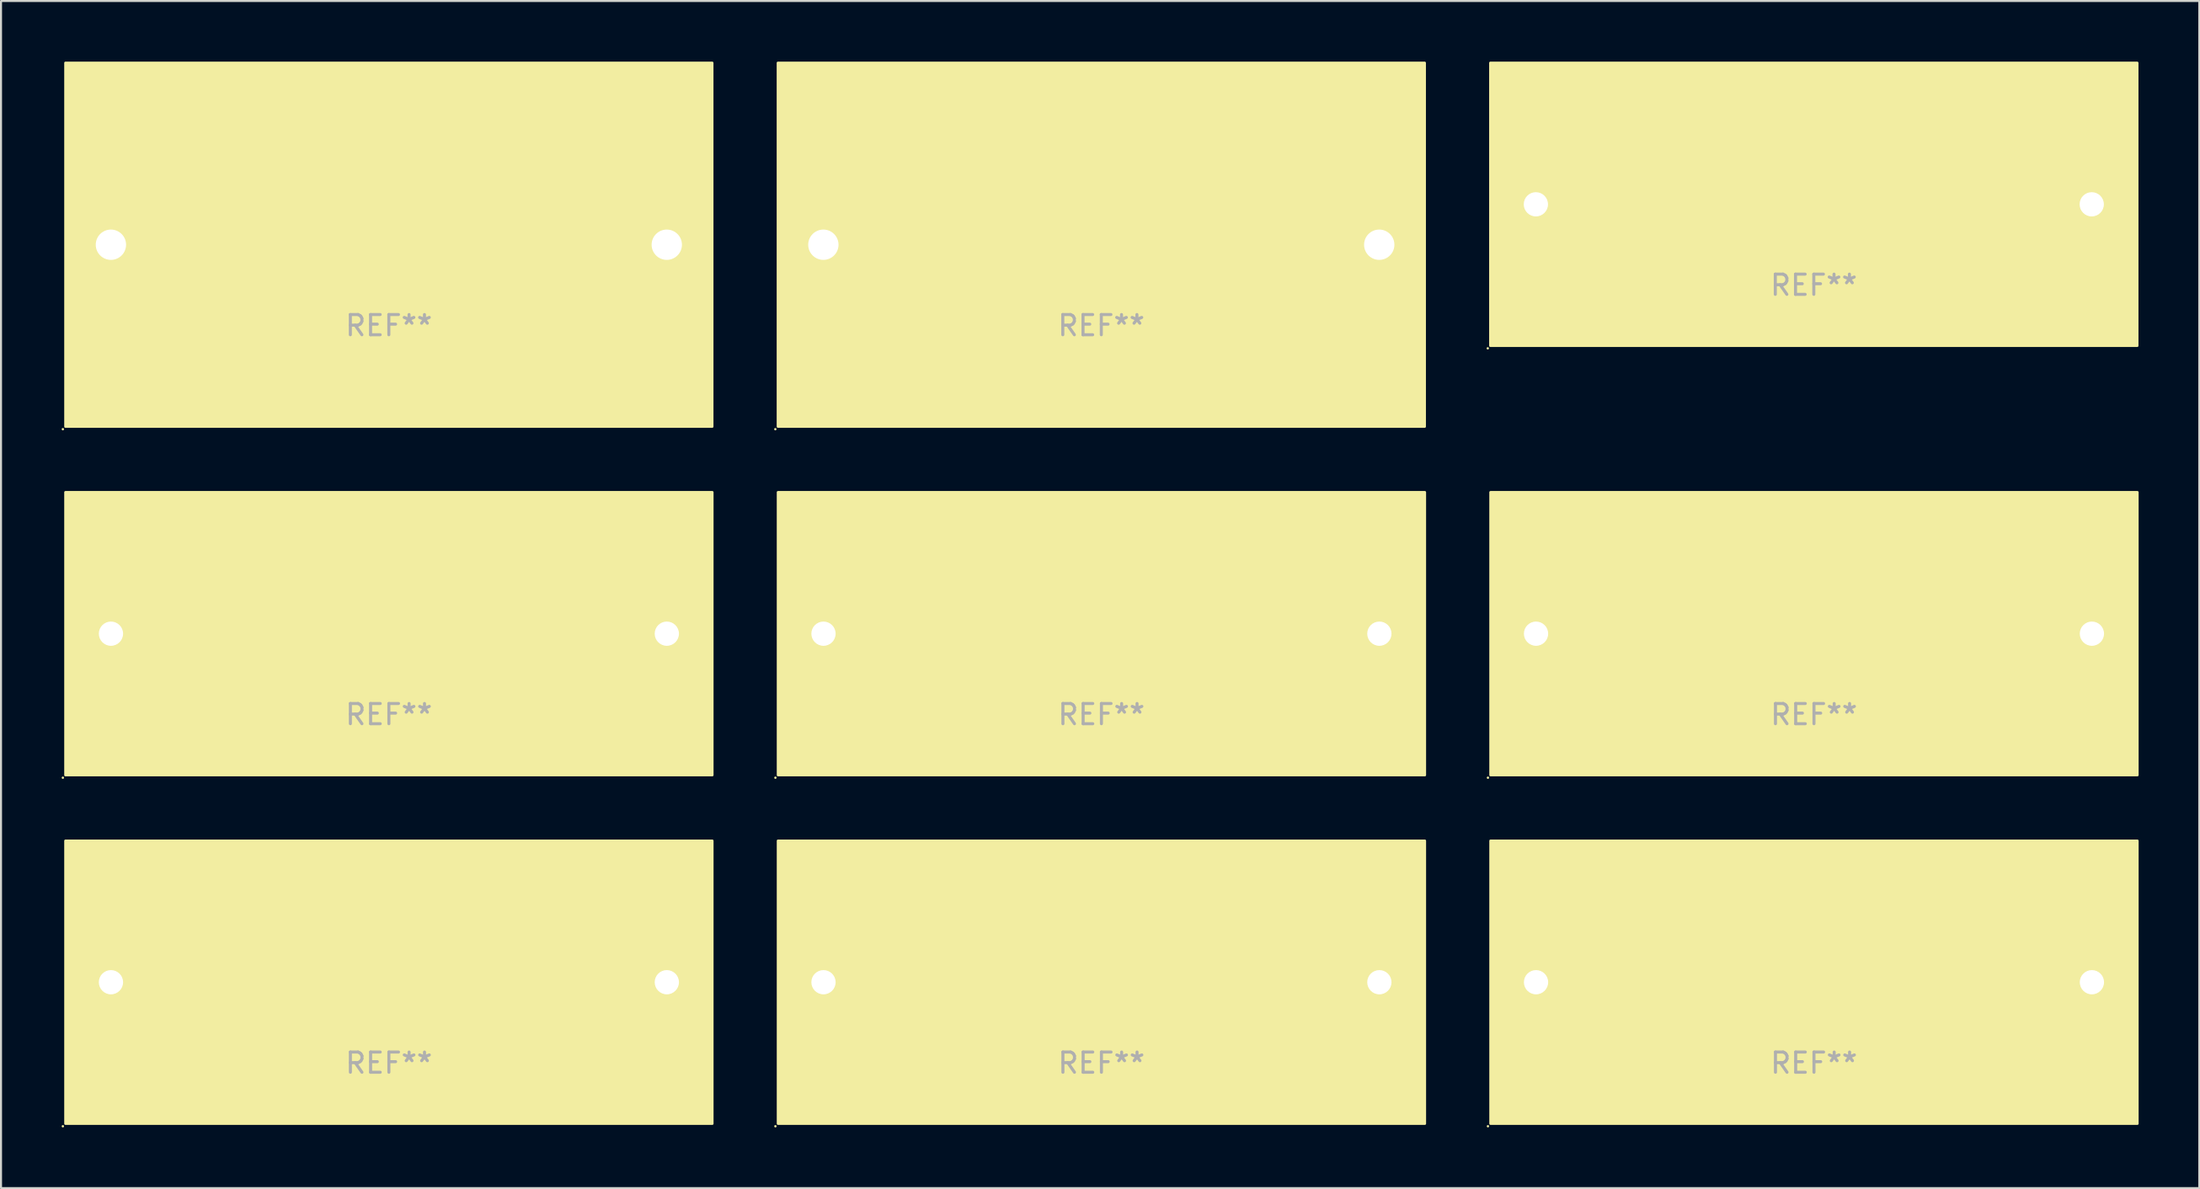
<source format=kicad_pcb>
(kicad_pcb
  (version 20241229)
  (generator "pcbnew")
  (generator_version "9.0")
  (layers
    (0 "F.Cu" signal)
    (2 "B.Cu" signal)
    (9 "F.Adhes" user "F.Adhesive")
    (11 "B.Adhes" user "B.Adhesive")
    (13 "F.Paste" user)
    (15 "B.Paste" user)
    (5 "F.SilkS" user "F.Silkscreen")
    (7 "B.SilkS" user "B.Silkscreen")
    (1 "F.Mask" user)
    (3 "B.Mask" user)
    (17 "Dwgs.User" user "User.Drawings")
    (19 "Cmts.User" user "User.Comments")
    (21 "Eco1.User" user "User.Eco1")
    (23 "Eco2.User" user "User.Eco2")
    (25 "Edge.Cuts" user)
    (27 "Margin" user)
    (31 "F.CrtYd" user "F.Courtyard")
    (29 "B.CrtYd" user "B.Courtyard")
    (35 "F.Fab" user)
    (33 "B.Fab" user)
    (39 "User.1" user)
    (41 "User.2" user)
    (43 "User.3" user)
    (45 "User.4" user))
  (footprint "SMQP205K275XXF2B2815"
    (layer "F.Cu")
    (at 51.44 28.307)
    (property "Reference" "SMQP205K275XXF2B2815" (at 0 -2 0) (layer "F.SilkS") (effects (font (size 1 1) (thickness 0.15))))
    (attr through_hole)
    (fp_circle (center -16.129 7.127) (end -16.099 7.127) (stroke (width 0.06) (type solid)) (fill no) (layer "F.SilkS"))
    (fp_poly (pts (xy -16.002 -7) (xy 16.002 -7) (xy 16.002 7) (xy -16.002 7)) (stroke (width 0.12) (type solid)) (fill yes) (layer "F.SilkS"))
    (fp_text user "REF**" (at 0 4 0) (layer "F.Fab") (effects (font (size 1 1) (thickness 0.15))))
    (pad "1" thru_hole circle (at -13.75 0) (size 2 2) (drill 1.2) (layers "*.Cu" "*.Mask"))
    (pad "2" thru_hole circle (at 13.75 0) (size 2 2) (drill 1.2) (layers "*.Cu" "*.Mask")))
  (footprint "SMQP225K275F13XXB2815"
    (layer "F.Cu")
    (at 86.691 28.307)
    (property "Reference" "SMQP225K275F13XXB2815" (at 0 -2 0) (layer "F.SilkS") (effects (font (size 1 1) (thickness 0.15))))
    (attr through_hole)
    (fp_circle (center -16.129 7.127) (end -16.099 7.127) (stroke (width 0.06) (type solid)) (fill no) (layer "F.SilkS"))
    (fp_poly (pts (xy -16.002 -7) (xy 16.002 -7) (xy 16.002 7) (xy -16.002 7)) (stroke (width 0.12) (type solid)) (fill yes) (layer "F.SilkS"))
    (fp_text user "REF**" (at 0 4 0) (layer "F.Fab") (effects (font (size 1 1) (thickness 0.15))))
    (pad "1" thru_hole circle (at -13.75 0) (size 2 2) (drill 1.2) (layers "*.Cu" "*.Mask"))
    (pad "2" thru_hole circle (at 13.75 0) (size 2 2) (drill 1.2) (layers "*.Cu" "*.Mask")))
  (footprint "SMQP225K310XXF2B2815"
    (layer "F.Cu")
    (at 51.44 45.554)
    (property "Reference" "SMQP225K310XXF2B2815" (at 0 -2 0) (layer "F.SilkS") (effects (font (size 1 1) (thickness 0.15))))
    (attr through_hole)
    (fp_circle (center -16.129 7.127) (end -16.099 7.127) (stroke (width 0.06) (type solid)) (fill no) (layer "F.SilkS"))
    (fp_poly (pts (xy -16.002 -7) (xy 16.002 -7) (xy 16.002 7) (xy -16.002 7)) (stroke (width 0.12) (type solid)) (fill yes) (layer "F.SilkS"))
    (fp_text user "REF**" (at 0 4 0) (layer "F.Fab") (effects (font (size 1 1) (thickness 0.15))))
    (pad "1" thru_hole circle (at -13.75 0) (size 2 2) (drill 1.2) (layers "*.Cu" "*.Mask"))
    (pad "2" thru_hole circle (at 13.75 0) (size 2 2) (drill 1.2) (layers "*.Cu" "*.Mask")))
  (footprint "SMQP185K275F13XXB2815"
    (layer "F.Cu")
    (at 86.683 7.06)
    (property "Reference" "SMQP185K275F13XXB2815" (at 0 -2 0) (layer "F.SilkS") (effects (font (size 1 1) (thickness 0.15))))
    (attr through_hole)
    (fp_circle (center -16.129 7.127) (end -16.099 7.127) (stroke (width 0.06) (type solid)) (fill no) (layer "F.SilkS"))
    (fp_poly (pts (xy -16.002 -7) (xy 16.002 -7) (xy 16.002 7) (xy -16.002 7)) (stroke (width 0.12) (type solid)) (fill yes) (layer "F.SilkS"))
    (fp_text user "REF**" (at 0 4 0) (layer "F.Fab") (effects (font (size 1 1) (thickness 0.15))))
    (pad "1" thru_hole circle (at -13.75 0) (size 2 2) (drill 1.2) (layers "*.Cu" "*.Mask"))
    (pad "2" thru_hole circle (at 13.75 0) (size 2 2) (drill 1.2) (layers "*.Cu" "*.Mask")))
  (footprint "MPP475K0250D322818B2815"
    (layer "F.Cu")
    (at 16.187 9.06)
    (property "Reference" "MPP475K0250D322818B2815" (at 0 -2 0) (layer "F.SilkS") (effects (font (size 1 1) (thickness 0.15))))
    (attr through_hole)
    (fp_circle (center -16.127 9.127) (end -16.097 9.127) (stroke (width 0.06) (type solid)) (fill no) (layer "F.SilkS"))
    (fp_poly (pts (xy -16 -9) (xy 16 -9) (xy 16 9) (xy -16 9)) (stroke (width 0.12) (type solid)) (fill yes) (layer "F.SilkS"))
    (fp_text user "REF**" (at 0 4 0) (layer "F.Fab") (effects (font (size 1 1) (thickness 0.15))))
    (pad "1" thru_hole circle (at -13.75 0) (size 2.5 2.5) (drill 1.5) (layers "*.Cu" "*.Mask"))
    (pad "2" thru_hole circle (at 13.75 0) (size 2.5 2.5) (drill 1.5) (layers "*.Cu" "*.Mask")))
  (footprint "MPP475K0400D322818B2815"
    (layer "F.Cu")
    (at 51.434 9.06)
    (property "Reference" "MPP475K0400D322818B2815" (at 0 -2 0) (layer "F.SilkS") (effects (font (size 1 1) (thickness 0.15))))
    (attr through_hole)
    (fp_circle (center -16.127 9.127) (end -16.097 9.127) (stroke (width 0.06) (type solid)) (fill no) (layer "F.SilkS"))
    (fp_poly (pts (xy -16 -9) (xy 16 -9) (xy 16 9) (xy -16 9)) (stroke (width 0.12) (type solid)) (fill yes) (layer "F.SilkS"))
    (fp_text user "REF**" (at 0 4 0) (layer "F.Fab") (effects (font (size 1 1) (thickness 0.15))))
    (pad "1" thru_hole circle (at -13.75 0) (size 2.5 2.5) (drill 1.5) (layers "*.Cu" "*.Mask"))
    (pad "2" thru_hole circle (at 13.75 0) (size 2.5 2.5) (drill 1.5) (layers "*.Cu" "*.Mask")))
  (footprint "SMQP205K275F13XXB2815"
    (layer "F.Cu")
    (at 16.189 28.307)
    (property "Reference" "SMQP205K275F13XXB2815" (at 0 -2 0) (layer "F.SilkS") (effects (font (size 1 1) (thickness 0.15))))
    (attr through_hole)
    (fp_circle (center -16.129 7.127) (end -16.099 7.127) (stroke (width 0.06) (type solid)) (fill no) (layer "F.SilkS"))
    (fp_poly (pts (xy -16.002 -7) (xy 16.002 -7) (xy 16.002 7) (xy -16.002 7)) (stroke (width 0.12) (type solid)) (fill yes) (layer "F.SilkS"))
    (fp_text user "REF**" (at 0 4 0) (layer "F.Fab") (effects (font (size 1 1) (thickness 0.15))))
    (pad "1" thru_hole circle (at -13.75 0) (size 2 2) (drill 1.2) (layers "*.Cu" "*.Mask"))
    (pad "2" thru_hole circle (at 13.75 0) (size 2 2) (drill 1.2) (layers "*.Cu" "*.Mask")))
  (footprint "SMXDX105KF2XXAB2815"
    (layer "F.Cu")
    (at 86.691 45.554)
    (property "Reference" "SMXDX105KF2XXAB2815" (at 0 -2 0) (layer "F.SilkS") (effects (font (size 1 1) (thickness 0.15))))
    (attr through_hole)
    (fp_circle (center -16.129 7.127) (end -16.099 7.127) (stroke (width 0.06) (type solid)) (fill no) (layer "F.SilkS"))
    (fp_poly (pts (xy -16.002 -7) (xy 16.002 -7) (xy 16.002 7) (xy -16.002 7)) (stroke (width 0.12) (type solid)) (fill yes) (layer "F.SilkS"))
    (fp_text user "REF**" (at 0 4 0) (layer "F.Fab") (effects (font (size 1 1) (thickness 0.15))))
    (pad "1" thru_hole circle (at -13.75 0) (size 2 2) (drill 1.2) (layers "*.Cu" "*.Mask"))
    (pad "2" thru_hole circle (at 13.75 0) (size 2 2) (drill 1.2) (layers "*.Cu" "*.Mask")))
  (footprint "SMQP225K275XXF2B2815"
    (layer "F.Cu")
    (at 16.189 45.554)
    (property "Reference" "SMQP225K275XXF2B2815" (at 0 -2 0) (layer "F.SilkS") (effects (font (size 1 1) (thickness 0.15))))
    (attr through_hole)
    (fp_circle (center -16.129 7.127) (end -16.099 7.127) (stroke (width 0.06) (type solid)) (fill no) (layer "F.SilkS"))
    (fp_poly (pts (xy -16.002 -7) (xy 16.002 -7) (xy 16.002 7) (xy -16.002 7)) (stroke (width 0.12) (type solid)) (fill yes) (layer "F.SilkS"))
    (fp_text user "REF**" (at 0 4 0) (layer "F.Fab") (effects (font (size 1 1) (thickness 0.15))))
    (pad "1" thru_hole circle (at -13.75 0) (size 2 2) (drill 1.2) (layers "*.Cu" "*.Mask"))
    (pad "2" thru_hole circle (at 13.75 0) (size 2 2) (drill 1.2) (layers "*.Cu" "*.Mask")))
  (gr_rect
    (start -3 -3)
    (end 105.753 55.741)
    (stroke (width 0.1) (type default))
    (fill no)
    (layer "Edge.Cuts")))
</source>
